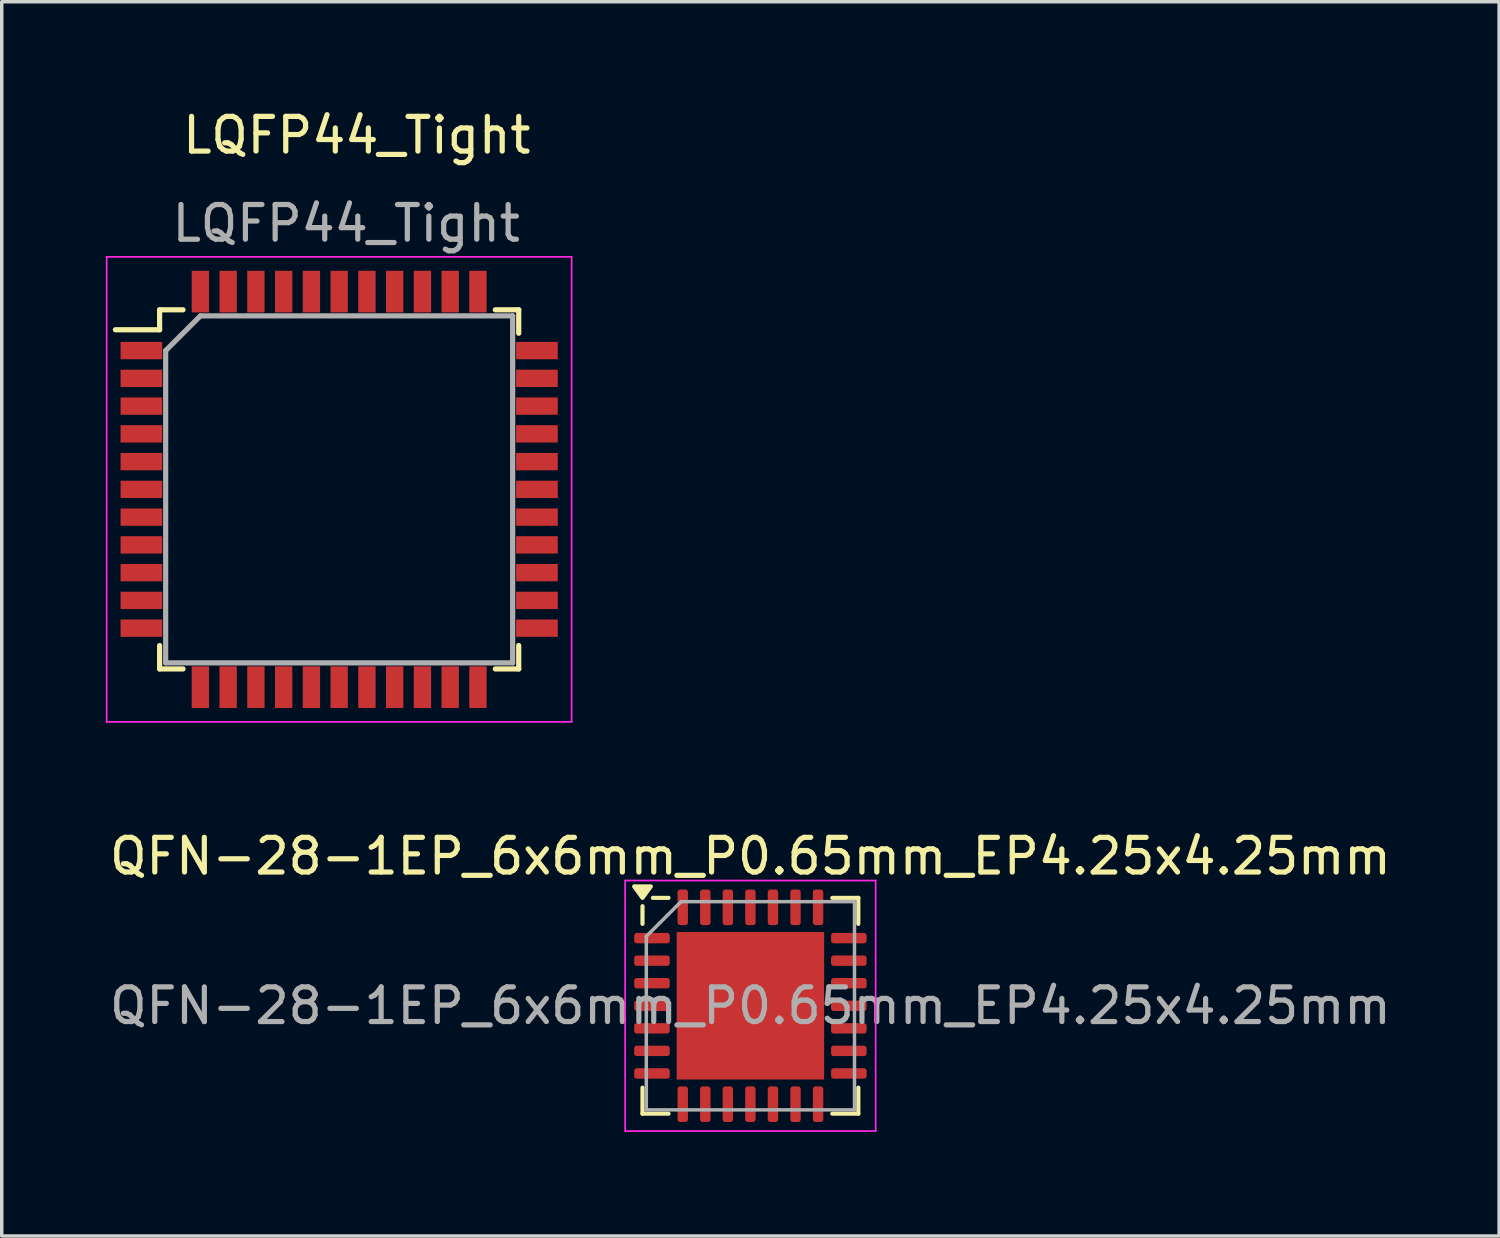
<source format=kicad_pcb>
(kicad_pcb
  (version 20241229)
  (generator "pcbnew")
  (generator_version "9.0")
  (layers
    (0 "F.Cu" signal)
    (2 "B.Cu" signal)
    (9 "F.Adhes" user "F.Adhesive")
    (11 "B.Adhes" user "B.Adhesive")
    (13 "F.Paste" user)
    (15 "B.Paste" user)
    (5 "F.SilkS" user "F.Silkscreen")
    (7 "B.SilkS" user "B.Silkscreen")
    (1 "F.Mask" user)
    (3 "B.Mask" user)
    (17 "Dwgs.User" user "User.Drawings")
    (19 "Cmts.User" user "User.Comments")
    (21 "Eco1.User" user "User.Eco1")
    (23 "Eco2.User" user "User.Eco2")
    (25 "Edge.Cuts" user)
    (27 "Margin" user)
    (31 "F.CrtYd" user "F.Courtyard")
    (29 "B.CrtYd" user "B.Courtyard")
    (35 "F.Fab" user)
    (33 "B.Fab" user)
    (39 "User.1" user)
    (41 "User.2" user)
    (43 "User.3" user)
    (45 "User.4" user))
  (footprint "LQFP44_Tight"
    (layer "F.Cu")
    (at 7.131 10.653)
    (property "Reference" "LQFP44_Tight" (at 0.102 -9.804 0) (unlocked yes) (layer "F.SilkS") (effects (font (size 1 1) (thickness 0.15))))
    (attr smd)
    (fp_line (start -5.581 -4.774) (end -5.581 -4.199) (stroke (width 0.15) (type solid)) (layer "F.SilkS"))
    (fp_line (start -5.581 -4.774) (end -4.906 -4.774) (stroke (width 0.15) (type solid)) (layer "F.SilkS"))
    (fp_line (start -5.581 -4.199) (end -6.856 -4.199) (stroke (width 0.15) (type solid)) (layer "F.SilkS"))
    (fp_line (start -5.581 5.576) (end -5.581 4.901) (stroke (width 0.15) (type solid)) (layer "F.SilkS"))
    (fp_line (start -5.581 5.576) (end -4.906 5.576) (stroke (width 0.15) (type solid)) (layer "F.SilkS"))
    (fp_line (start 4.769 -4.774) (end 4.094 -4.774) (stroke (width 0.15) (type solid)) (layer "F.SilkS"))
    (fp_line (start 4.769 -4.774) (end 4.769 -4.099) (stroke (width 0.15) (type solid)) (layer "F.SilkS"))
    (fp_line (start 4.769 5.576) (end 4.094 5.576) (stroke (width 0.15) (type solid)) (layer "F.SilkS"))
    (fp_line (start 4.769 5.576) (end 4.769 4.901) (stroke (width 0.15) (type solid)) (layer "F.SilkS"))
    (fp_line (start -7.106 -6.299) (end -7.106 7.101) (stroke (width 0.05) (type solid)) (layer "F.CrtYd"))
    (fp_line (start -7.106 -6.299) (end 6.294 -6.299) (stroke (width 0.05) (type solid)) (layer "F.CrtYd"))
    (fp_line (start -7.106 7.101) (end 6.294 7.101) (stroke (width 0.05) (type solid)) (layer "F.CrtYd"))
    (fp_line (start 6.294 -6.299) (end 6.294 7.101) (stroke (width 0.05) (type solid)) (layer "F.CrtYd"))
    (fp_line (start -5.406 -3.599) (end -4.406 -4.599) (stroke (width 0.15) (type solid)) (layer "F.Fab"))
    (fp_line (start -5.406 5.401) (end -5.406 -3.599) (stroke (width 0.15) (type solid)) (layer "F.Fab"))
    (fp_line (start -4.406 -4.599) (end 4.594 -4.599) (stroke (width 0.15) (type solid)) (layer "F.Fab"))
    (fp_line (start 4.594 -4.599) (end 4.594 5.401) (stroke (width 0.15) (type solid)) (layer "F.Fab"))
    (fp_line (start 4.594 5.401) (end -5.406 5.401) (stroke (width 0.15) (type solid)) (layer "F.Fab"))
    (fp_text user "${REFERENCE}" (at -0.203 -7.264 180) (layer "F.Fab") (effects (font (size 1 1) (thickness 0.15))))
    (pad "1" smd rect (at -6.106 -3.599) (size 1.2 0.5) (layers "F.Cu" "F.Mask" "F.Paste"))
    (pad "2" smd rect (at -6.106 -2.799) (size 1.2 0.5) (layers "F.Cu" "F.Mask" "F.Paste"))
    (pad "3" smd rect (at -6.106 -1.999) (size 1.2 0.5) (layers "F.Cu" "F.Mask" "F.Paste"))
    (pad "4" smd rect (at -6.106 -1.199) (size 1.2 0.5) (layers "F.Cu" "F.Mask" "F.Paste"))
    (pad "5" smd rect (at -6.106 -0.399) (size 1.2 0.5) (layers "F.Cu" "F.Mask" "F.Paste"))
    (pad "6" smd rect (at -6.106 0.401) (size 1.2 0.5) (layers "F.Cu" "F.Mask" "F.Paste"))
    (pad "7" smd rect (at -6.106 1.201) (size 1.2 0.5) (layers "F.Cu" "F.Mask" "F.Paste"))
    (pad "8" smd rect (at -6.106 2.001) (size 1.2 0.5) (layers "F.Cu" "F.Mask" "F.Paste"))
    (pad "9" smd rect (at -6.106 2.801) (size 1.2 0.5) (layers "F.Cu" "F.Mask" "F.Paste"))
    (pad "10" smd rect (at -6.106 3.601) (size 1.2 0.5) (layers "F.Cu" "F.Mask" "F.Paste"))
    (pad "11" smd rect (at -6.106 4.401) (size 1.2 0.5) (layers "F.Cu" "F.Mask" "F.Paste"))
    (pad "12" smd rect (at -4.406 6.101 90) (size 1.2 0.5) (layers "F.Cu" "F.Mask" "F.Paste"))
    (pad "13" smd rect (at -3.606 6.101 90) (size 1.2 0.5) (layers "F.Cu" "F.Mask" "F.Paste"))
    (pad "14" smd rect (at -2.806 6.101 90) (size 1.2 0.5) (layers "F.Cu" "F.Mask" "F.Paste"))
    (pad "15" smd rect (at -2.006 6.101 90) (size 1.2 0.5) (layers "F.Cu" "F.Mask" "F.Paste"))
    (pad "16" smd rect (at -1.206 6.101 90) (size 1.2 0.5) (layers "F.Cu" "F.Mask" "F.Paste"))
    (pad "17" smd rect (at -0.406 6.101 90) (size 1.2 0.5) (layers "F.Cu" "F.Mask" "F.Paste"))
    (pad "18" smd rect (at 0.394 6.101 90) (size 1.2 0.5) (layers "F.Cu" "F.Mask" "F.Paste"))
    (pad "19" smd rect (at 1.194 6.101 90) (size 1.2 0.5) (layers "F.Cu" "F.Mask" "F.Paste"))
    (pad "20" smd rect (at 1.994 6.101 90) (size 1.2 0.5) (layers "F.Cu" "F.Mask" "F.Paste"))
    (pad "21" smd rect (at 2.794 6.101 90) (size 1.2 0.5) (layers "F.Cu" "F.Mask" "F.Paste"))
    (pad "22" smd rect (at 3.594 6.101 90) (size 1.2 0.5) (layers "F.Cu" "F.Mask" "F.Paste"))
    (pad "23" smd rect (at 5.294 4.401) (size 1.2 0.5) (layers "F.Cu" "F.Mask" "F.Paste"))
    (pad "24" smd rect (at 5.294 3.601) (size 1.2 0.5) (layers "F.Cu" "F.Mask" "F.Paste"))
    (pad "25" smd rect (at 5.294 2.801) (size 1.2 0.5) (layers "F.Cu" "F.Mask" "F.Paste"))
    (pad "26" smd rect (at 5.294 2.001) (size 1.2 0.5) (layers "F.Cu" "F.Mask" "F.Paste"))
    (pad "27" smd rect (at 5.294 1.201) (size 1.2 0.5) (layers "F.Cu" "F.Mask" "F.Paste"))
    (pad "28" smd rect (at 5.294 0.401) (size 1.2 0.5) (layers "F.Cu" "F.Mask" "F.Paste"))
    (pad "29" smd rect (at 5.294 -0.399) (size 1.2 0.5) (layers "F.Cu" "F.Mask" "F.Paste"))
    (pad "30" smd rect (at 5.294 -1.199) (size 1.2 0.5) (layers "F.Cu" "F.Mask" "F.Paste"))
    (pad "31" smd rect (at 5.294 -1.999) (size 1.2 0.5) (layers "F.Cu" "F.Mask" "F.Paste"))
    (pad "32" smd rect (at 5.294 -2.799) (size 1.2 0.5) (layers "F.Cu" "F.Mask" "F.Paste"))
    (pad "33" smd rect (at 5.294 -3.599) (size 1.2 0.5) (layers "F.Cu" "F.Mask" "F.Paste"))
    (pad "34" smd rect (at 3.594 -5.299 90) (size 1.2 0.5) (layers "F.Cu" "F.Mask" "F.Paste"))
    (pad "35" smd rect (at 2.794 -5.299 90) (size 1.2 0.5) (layers "F.Cu" "F.Mask" "F.Paste"))
    (pad "36" smd rect (at 1.994 -5.299 90) (size 1.2 0.5) (layers "F.Cu" "F.Mask" "F.Paste"))
    (pad "37" smd rect (at 1.194 -5.299 90) (size 1.2 0.5) (layers "F.Cu" "F.Mask" "F.Paste"))
    (pad "38" smd rect (at 0.394 -5.299 90) (size 1.2 0.5) (layers "F.Cu" "F.Mask" "F.Paste"))
    (pad "39" smd rect (at -0.406 -5.299 90) (size 1.2 0.5) (layers "F.Cu" "F.Mask" "F.Paste"))
    (pad "40" smd rect (at -1.206 -5.299 90) (size 1.2 0.5) (layers "F.Cu" "F.Mask" "F.Paste"))
    (pad "41" smd rect (at -2.006 -5.299 90) (size 1.2 0.5) (layers "F.Cu" "F.Mask" "F.Paste"))
    (pad "42" smd rect (at -2.806 -5.299 90) (size 1.2 0.5) (layers "F.Cu" "F.Mask" "F.Paste"))
    (pad "43" smd rect (at -3.606 -5.299 90) (size 1.2 0.5) (layers "F.Cu" "F.Mask" "F.Paste"))
    (pad "44" smd rect (at -4.406 -5.299 90) (size 1.2 0.5) (layers "F.Cu" "F.Mask" "F.Paste")))
  (footprint "QFN-28-1EP_6x6mm_P0.65mm_EP4.25x4.25mm"
    (layer "F.Cu")
    (at 18.577 25.937)
    (property "Reference" "QFN-28-1EP_6x6mm_P0.65mm_EP4.25x4.25mm" (at 0 -4.31 180) (layer "F.SilkS") (effects (font (size 1 1) (thickness 0.15))))
    (attr smd)
    (fp_line (start -3.11 -2.36) (end -3.11 -2.87) (stroke (width 0.12) (type solid)) (layer "F.SilkS"))
    (fp_line (start -3.11 3.11) (end -3.11 2.36) (stroke (width 0.12) (type solid)) (layer "F.SilkS"))
    (fp_line (start -2.36 -3.11) (end -2.81 -3.11) (stroke (width 0.12) (type solid)) (layer "F.SilkS"))
    (fp_line (start -2.36 3.11) (end -3.11 3.11) (stroke (width 0.12) (type solid)) (layer "F.SilkS"))
    (fp_line (start 2.36 -3.11) (end 3.11 -3.11) (stroke (width 0.12) (type solid)) (layer "F.SilkS"))
    (fp_line (start 2.36 3.11) (end 3.11 3.11) (stroke (width 0.12) (type solid)) (layer "F.SilkS"))
    (fp_line (start 3.11 -3.11) (end 3.11 -2.36) (stroke (width 0.12) (type solid)) (layer "F.SilkS"))
    (fp_line (start 3.11 3.11) (end 3.11 2.36) (stroke (width 0.12) (type solid)) (layer "F.SilkS"))
    (fp_poly (pts (xy -3.11 -3.11) (xy -3.35 -3.44) (xy -2.87 -3.44) (xy -3.11 -3.11)) (stroke (width 0.12) (type solid)) (fill yes) (layer "F.SilkS"))
    (fp_line (start -3.61 -3.61) (end -3.61 3.61) (stroke (width 0.05) (type solid)) (layer "F.CrtYd"))
    (fp_line (start -3.61 3.61) (end 3.61 3.61) (stroke (width 0.05) (type solid)) (layer "F.CrtYd"))
    (fp_line (start 3.61 -3.61) (end -3.61 -3.61) (stroke (width 0.05) (type solid)) (layer "F.CrtYd"))
    (fp_line (start 3.61 3.61) (end 3.61 -3.61) (stroke (width 0.05) (type solid)) (layer "F.CrtYd"))
    (fp_line (start -3 -2) (end -2 -3) (stroke (width 0.1) (type solid)) (layer "F.Fab"))
    (fp_line (start -3 3) (end -3 -2) (stroke (width 0.1) (type solid)) (layer "F.Fab"))
    (fp_line (start -2 -3) (end 3 -3) (stroke (width 0.1) (type solid)) (layer "F.Fab"))
    (fp_line (start 3 -3) (end 3 3) (stroke (width 0.1) (type solid)) (layer "F.Fab"))
    (fp_line (start 3 3) (end -3 3) (stroke (width 0.1) (type solid)) (layer "F.Fab"))
    (fp_text user "${REFERENCE}" (at 0 0 180) (layer "F.Fab") (effects (font (size 1 1) (thickness 0.15))))
    (pad "" smd roundrect (at -1.42 -1.42 180) (size 1.14 1.14) (layers "F.Paste") (roundrect_rratio 0.219))
    (pad "" smd roundrect (at -1.42 0 180) (size 1.14 1.14) (layers "F.Paste") (roundrect_rratio 0.219))
    (pad "" smd roundrect (at -1.42 1.42 180) (size 1.14 1.14) (layers "F.Paste") (roundrect_rratio 0.219))
    (pad "" smd roundrect (at 0 -1.42 180) (size 1.14 1.14) (layers "F.Paste") (roundrect_rratio 0.219))
    (pad "" smd roundrect (at 0 0 180) (size 1.14 1.14) (layers "F.Paste") (roundrect_rratio 0.219))
    (pad "" smd roundrect (at 0 1.42 180) (size 1.14 1.14) (layers "F.Paste") (roundrect_rratio 0.219))
    (pad "" smd roundrect (at 1.42 -1.42 180) (size 1.14 1.14) (layers "F.Paste") (roundrect_rratio 0.219))
    (pad "" smd roundrect (at 1.42 0 180) (size 1.14 1.14) (layers "F.Paste") (roundrect_rratio 0.219))
    (pad "" smd roundrect (at 1.42 1.42 180) (size 1.14 1.14) (layers "F.Paste") (roundrect_rratio 0.219))
    (pad "1" smd roundrect (at -2.837 -1.95 180) (size 1.025 0.3) (layers "F.Cu" "F.Mask" "F.Paste") (roundrect_rratio 0.25))
    (pad "2" smd roundrect (at -2.837 -1.3 180) (size 1.025 0.3) (layers "F.Cu" "F.Mask" "F.Paste") (roundrect_rratio 0.25))
    (pad "3" smd roundrect (at -2.837 -0.65 180) (size 1.025 0.3) (layers "F.Cu" "F.Mask" "F.Paste") (roundrect_rratio 0.25))
    (pad "4" smd roundrect (at -2.837 0 180) (size 1.025 0.3) (layers "F.Cu" "F.Mask" "F.Paste") (roundrect_rratio 0.25))
    (pad "5" smd roundrect (at -2.837 0.65 180) (size 1.025 0.3) (layers "F.Cu" "F.Mask" "F.Paste") (roundrect_rratio 0.25))
    (pad "6" smd roundrect (at -2.837 1.3 180) (size 1.025 0.3) (layers "F.Cu" "F.Mask" "F.Paste") (roundrect_rratio 0.25))
    (pad "7" smd roundrect (at -2.837 1.95 180) (size 1.025 0.3) (layers "F.Cu" "F.Mask" "F.Paste") (roundrect_rratio 0.25))
    (pad "8" smd roundrect (at -1.95 2.837 180) (size 0.3 1.025) (layers "F.Cu" "F.Mask" "F.Paste") (roundrect_rratio 0.25))
    (pad "9" smd roundrect (at -1.3 2.837 180) (size 0.3 1.025) (layers "F.Cu" "F.Mask" "F.Paste") (roundrect_rratio 0.25))
    (pad "10" smd roundrect (at -0.65 2.837 180) (size 0.3 1.025) (layers "F.Cu" "F.Mask" "F.Paste") (roundrect_rratio 0.25))
    (pad "11" smd roundrect (at 0 2.837 180) (size 0.3 1.025) (layers "F.Cu" "F.Mask" "F.Paste") (roundrect_rratio 0.25))
    (pad "12" smd roundrect (at 0.65 2.837 180) (size 0.3 1.025) (layers "F.Cu" "F.Mask" "F.Paste") (roundrect_rratio 0.25))
    (pad "13" smd roundrect (at 1.3 2.837 180) (size 0.3 1.025) (layers "F.Cu" "F.Mask" "F.Paste") (roundrect_rratio 0.25))
    (pad "14" smd roundrect (at 1.95 2.837 180) (size 0.3 1.025) (layers "F.Cu" "F.Mask" "F.Paste") (roundrect_rratio 0.25))
    (pad "15" smd roundrect (at 2.837 1.95 180) (size 1.025 0.3) (layers "F.Cu" "F.Mask" "F.Paste") (roundrect_rratio 0.25))
    (pad "16" smd roundrect (at 2.837 1.3 180) (size 1.025 0.3) (layers "F.Cu" "F.Mask" "F.Paste") (roundrect_rratio 0.25))
    (pad "17" smd roundrect (at 2.837 0.65 180) (size 1.025 0.3) (layers "F.Cu" "F.Mask" "F.Paste") (roundrect_rratio 0.25))
    (pad "18" smd roundrect (at 2.837 0 180) (size 1.025 0.3) (layers "F.Cu" "F.Mask" "F.Paste") (roundrect_rratio 0.25))
    (pad "19" smd roundrect (at 2.837 -0.65 180) (size 1.025 0.3) (layers "F.Cu" "F.Mask" "F.Paste") (roundrect_rratio 0.25))
    (pad "20" smd roundrect (at 2.837 -1.3 180) (size 1.025 0.3) (layers "F.Cu" "F.Mask" "F.Paste") (roundrect_rratio 0.25))
    (pad "21" smd roundrect (at 2.837 -1.95 180) (size 1.025 0.3) (layers "F.Cu" "F.Mask" "F.Paste") (roundrect_rratio 0.25))
    (pad "22" smd roundrect (at 1.95 -2.837 180) (size 0.3 1.025) (layers "F.Cu" "F.Mask" "F.Paste") (roundrect_rratio 0.25))
    (pad "23" smd roundrect (at 1.3 -2.837 180) (size 0.3 1.025) (layers "F.Cu" "F.Mask" "F.Paste") (roundrect_rratio 0.25))
    (pad "24" smd roundrect (at 0.65 -2.837 180) (size 0.3 1.025) (layers "F.Cu" "F.Mask" "F.Paste") (roundrect_rratio 0.25))
    (pad "25" smd roundrect (at 0 -2.837 180) (size 0.3 1.025) (layers "F.Cu" "F.Mask" "F.Paste") (roundrect_rratio 0.25))
    (pad "26" smd roundrect (at -0.65 -2.837 180) (size 0.3 1.025) (layers "F.Cu" "F.Mask" "F.Paste") (roundrect_rratio 0.25))
    (pad "27" smd roundrect (at -1.3 -2.837 180) (size 0.3 1.025) (layers "F.Cu" "F.Mask" "F.Paste") (roundrect_rratio 0.25))
    (pad "28" smd roundrect (at -1.95 -2.837 180) (size 0.3 1.025) (layers "F.Cu" "F.Mask" "F.Paste") (roundrect_rratio 0.25))
    (pad "29" smd rect (at 0 0 180) (size 4.25 4.25) (property pad_prop_heatsink) (layers "F.Cu" "F.Mask")))
  (gr_rect
    (start -3 -3)
    (end 40.155 32.572)
    (stroke (width 0.1) (type default))
    (fill no)
    (layer "Edge.Cuts")))
</source>
